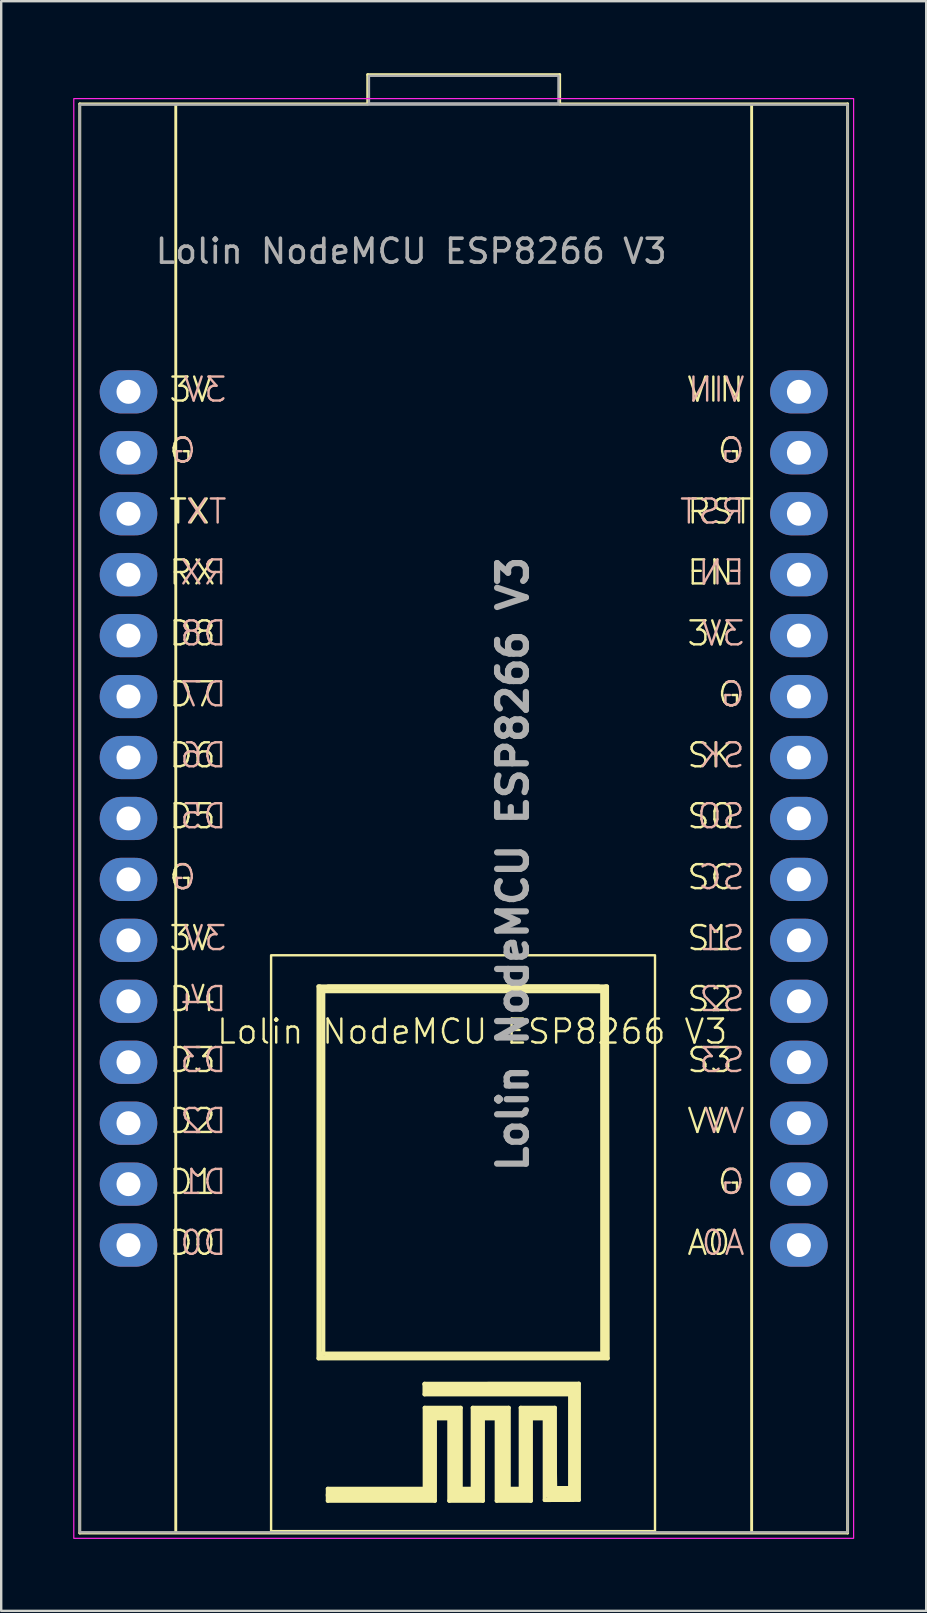
<source format=kicad_pcb>
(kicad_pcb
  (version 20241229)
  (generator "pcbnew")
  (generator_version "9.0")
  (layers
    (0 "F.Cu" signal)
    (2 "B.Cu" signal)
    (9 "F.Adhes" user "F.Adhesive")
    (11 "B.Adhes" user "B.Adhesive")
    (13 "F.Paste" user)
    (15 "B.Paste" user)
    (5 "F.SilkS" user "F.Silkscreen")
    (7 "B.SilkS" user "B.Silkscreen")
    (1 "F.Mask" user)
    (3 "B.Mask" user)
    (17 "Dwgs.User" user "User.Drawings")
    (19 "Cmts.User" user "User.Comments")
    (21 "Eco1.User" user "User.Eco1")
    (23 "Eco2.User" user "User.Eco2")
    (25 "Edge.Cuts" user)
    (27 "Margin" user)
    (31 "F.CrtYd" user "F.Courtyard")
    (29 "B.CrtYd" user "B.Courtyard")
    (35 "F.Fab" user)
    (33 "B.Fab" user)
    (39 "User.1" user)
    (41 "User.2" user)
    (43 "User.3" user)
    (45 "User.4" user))
  (footprint "Lolin NodeMCU ESP8266 V3"
    (layer "F.Cu")
    (at 16.628 40.441)
    (property "Reference" "Lolin NodeMCU ESP8266 V3" (at 0 -0.5 0) (unlocked yes) (layer "F.SilkS") (effects (font (size 1 1) (thickness 0.1))))
    (attr through_hole)
    (fp_line (start -16.353 -39.161) (end -16.353 20.399) (stroke (width 0.12) (type solid)) (layer "F.SilkS"))
    (fp_line (start -16.353 20.399) (end 15.647 20.399) (stroke (width 0.12) (type solid)) (layer "F.SilkS"))
    (fp_line (start -12.353 -39.131) (end -12.353 20.369) (stroke (width 0.12) (type solid)) (layer "F.SilkS"))
    (fp_line (start -6.404 -2.381) (end -6.404 13.119) (stroke (width 0.17) (type solid)) (layer "F.SilkS"))
    (fp_line (start -6.404 -2.381) (end 5.271 -2.381) (stroke (width 0.17) (type solid)) (layer "F.SilkS"))
    (fp_line (start -6.404 13.119) (end 5.647 13.119) (stroke (width 0.17) (type solid)) (layer "F.SilkS"))
    (fp_line (start -6.353 -2.181) (end 5.42 -2.181) (stroke (width 0.17) (type solid)) (layer "F.SilkS"))
    (fp_line (start -6.353 13.019) (end -6.104 13.06) (stroke (width 0.12) (type solid)) (layer "F.SilkS"))
    (fp_line (start -6.346 -2.381) (end -6.353 13.019) (stroke (width 0.17) (type solid)) (layer "F.SilkS"))
    (fp_line (start -6.204 12.919) (end -6.204 -2.181) (stroke (width 0.17) (type solid)) (layer "F.SilkS"))
    (fp_line (start -6.104 13.06) (end 5.547 13.06) (stroke (width 0.17) (type solid)) (layer "F.SilkS"))
    (fp_line (start -6.016 18.555) (end -6.016 19.055) (stroke (width 0.17) (type solid)) (layer "F.SilkS"))
    (fp_line (start -6.016 19.055) (end -1.553 19.055) (stroke (width 0.17) (type solid)) (layer "F.SilkS"))
    (fp_line (start -4.353 -40.381) (end -4.353 -39.161) (stroke (width 0.12) (type solid)) (layer "F.SilkS"))
    (fp_line (start -4.353 -39.161) (end -16.353 -39.161) (stroke (width 0.12) (type solid)) (layer "F.SilkS"))
    (fp_line (start -1.985 14.179) (end -1.985 14.206) (stroke (width 0.17) (type solid)) (layer "F.SilkS"))
    (fp_line (start -1.985 14.206) (end -1.985 14.619) (stroke (width 0.17) (type solid)) (layer "F.SilkS"))
    (fp_line (start -1.985 14.619) (end 4.025 14.619) (stroke (width 0.17) (type solid)) (layer "F.SilkS"))
    (fp_line (start -1.978 15.18) (end -1.978 18.555) (stroke (width 0.17) (type solid)) (layer "F.SilkS"))
    (fp_line (start -1.978 18.555) (end -6.016 18.555) (stroke (width 0.17) (type solid)) (layer "F.SilkS"))
    (fp_line (start -1.753 14.419) (end 4.247 14.419) (stroke (width 0.5) (type solid)) (layer "F.SilkS"))
    (fp_line (start -1.753 15.419) (end -1.753 18.819) (stroke (width 0.5) (type solid)) (layer "F.SilkS"))
    (fp_line (start -1.753 18.819) (end -5.853 18.819) (stroke (width 0.5) (type solid)) (layer "F.SilkS"))
    (fp_line (start -1.553 19.055) (end -1.553 15.68) (stroke (width 0.17) (type solid)) (layer "F.SilkS"))
    (fp_line (start -1.477 15.619) (end -0.978 15.619) (stroke (width 0.17) (type solid)) (layer "F.SilkS"))
    (fp_line (start -0.953 15.68) (end -0.953 19.055) (stroke (width 0.17) (type solid)) (layer "F.SilkS"))
    (fp_line (start -0.953 19.055) (end 0.447 19.055) (stroke (width 0.17) (type solid)) (layer "F.SilkS"))
    (fp_line (start -0.753 15.419) (end -1.753 15.419) (stroke (width 0.5) (type solid)) (layer "F.SilkS"))
    (fp_line (start -0.753 18.819) (end -0.753 15.419) (stroke (width 0.5) (type solid)) (layer "F.SilkS"))
    (fp_line (start -0.477 15.18) (end -1.978 15.18) (stroke (width 0.17) (type solid)) (layer "F.SilkS"))
    (fp_line (start -0.477 18.555) (end -0.477 15.18) (stroke (width 0.17) (type solid)) (layer "F.SilkS"))
    (fp_line (start 0.023 15.18) (end 0.023 18.555) (stroke (width 0.17) (type solid)) (layer "F.SilkS"))
    (fp_line (start 0.023 18.555) (end -0.477 18.555) (stroke (width 0.17) (type solid)) (layer "F.SilkS"))
    (fp_line (start 0.247 15.419) (end 0.247 18.819) (stroke (width 0.5) (type solid)) (layer "F.SilkS"))
    (fp_line (start 0.247 18.819) (end -0.753 18.819) (stroke (width 0.5) (type solid)) (layer "F.SilkS"))
    (fp_line (start 0.447 19.055) (end 0.447 15.68) (stroke (width 0.17) (type solid)) (layer "F.SilkS"))
    (fp_line (start 0.524 15.619) (end 1.023 15.619) (stroke (width 0.17) (type solid)) (layer "F.SilkS"))
    (fp_line (start 1.023 15.68) (end 1.023 19.055) (stroke (width 0.17) (type solid)) (layer "F.SilkS"))
    (fp_line (start 1.023 19.055) (end 2.447 19.055) (stroke (width 0.17) (type solid)) (layer "F.SilkS"))
    (fp_line (start 1.247 15.419) (end 0.247 15.419) (stroke (width 0.5) (type solid)) (layer "F.SilkS"))
    (fp_line (start 1.247 18.819) (end 1.247 15.419) (stroke (width 0.5) (type solid)) (layer "F.SilkS"))
    (fp_line (start 1.524 15.18) (end 0.023 15.18) (stroke (width 0.17) (type solid)) (layer "F.SilkS"))
    (fp_line (start 1.524 18.555) (end 1.524 15.18) (stroke (width 0.17) (type solid)) (layer "F.SilkS"))
    (fp_line (start 2.024 15.18) (end 2.024 18.555) (stroke (width 0.17) (type solid)) (layer "F.SilkS"))
    (fp_line (start 2.024 18.555) (end 1.524 18.555) (stroke (width 0.17) (type solid)) (layer "F.SilkS"))
    (fp_line (start 2.247 15.419) (end 2.247 18.819) (stroke (width 0.5) (type solid)) (layer "F.SilkS"))
    (fp_line (start 2.247 18.819) (end 1.247 18.819) (stroke (width 0.5) (type solid)) (layer "F.SilkS"))
    (fp_line (start 2.447 19.055) (end 2.447 15.68) (stroke (width 0.17) (type solid)) (layer "F.SilkS"))
    (fp_line (start 2.525 15.619) (end 3.024 15.619) (stroke (width 0.17) (type solid)) (layer "F.SilkS"))
    (fp_line (start 3.024 15.68) (end 3.024 19.023) (stroke (width 0.17) (type solid)) (layer "F.SilkS"))
    (fp_line (start 3.024 19.023) (end 4.447 19.019) (stroke (width 0.17) (type solid)) (layer "F.SilkS"))
    (fp_line (start 3.147 15.419) (end 2.247 15.419) (stroke (width 0.5) (type solid)) (layer "F.SilkS"))
    (fp_line (start 3.247 15.519) (end 3.147 15.419) (stroke (width 0.12) (type solid)) (layer "F.SilkS"))
    (fp_line (start 3.297 18.669) (end 3.247 15.419) (stroke (width 0.5) (type solid)) (layer "F.SilkS"))
    (fp_line (start 3.447 15.18) (end 2.024 15.18) (stroke (width 0.17) (type solid)) (layer "F.SilkS"))
    (fp_line (start 3.447 18.523) (end 3.447 15.18) (stroke (width 0.17) (type solid)) (layer "F.SilkS"))
    (fp_line (start 3.647 -40.381) (end -4.353 -40.381) (stroke (width 0.12) (type solid)) (layer "F.SilkS"))
    (fp_line (start 3.647 -39.161) (end 3.647 -40.381) (stroke (width 0.12) (type solid)) (layer "F.SilkS"))
    (fp_line (start 4.025 18.523) (end 3.525 18.523) (stroke (width 0.17) (type solid)) (layer "F.SilkS"))
    (fp_line (start 4.147 14.68) (end 4.147 18.523) (stroke (width 0.17) (type solid)) (layer "F.SilkS"))
    (fp_line (start 4.247 14.419) (end 4.247 18.719) (stroke (width 0.5) (type solid)) (layer "F.SilkS"))
    (fp_line (start 4.247 18.719) (end 3.247 18.719) (stroke (width 0.5) (type solid)) (layer "F.SilkS"))
    (fp_line (start 4.447 14.175) (end -1.985 14.179) (stroke (width 0.17) (type solid)) (layer "F.SilkS"))
    (fp_line (start 4.447 19.019) (end 4.447 14.175) (stroke (width 0.17) (type solid)) (layer "F.SilkS"))
    (fp_line (start 5.42 -2.323) (end -6.353 -2.323) (stroke (width 0.17) (type solid)) (layer "F.SilkS"))
    (fp_line (start 5.42 -2.281) (end 5.42 12.819) (stroke (width 0.17) (type solid)) (layer "F.SilkS"))
    (fp_line (start 5.561 12.919) (end -6.29 12.919) (stroke (width 0.17) (type solid)) (layer "F.SilkS"))
    (fp_line (start 5.561 12.919) (end 5.561 -2.381) (stroke (width 0.17) (type solid)) (layer "F.SilkS"))
    (fp_line (start 5.62 -2.381) (end -6.004 -2.381) (stroke (width 0.17) (type solid)) (layer "F.SilkS"))
    (fp_line (start 5.647 13.119) (end 5.62 -2.381) (stroke (width 0.17) (type solid)) (layer "F.SilkS"))
    (fp_line (start 11.647 -39.131) (end 11.647 20.369) (stroke (width 0.12) (type solid)) (layer "F.SilkS"))
    (fp_line (start 15.647 20.399) (end 15.647 -39.161) (stroke (width 0.12) (type solid)) (layer "F.SilkS"))
    (fp_line (start 15.647 -39.161) (end 3.647 -39.161) (stroke (width 0.12) (type solid)) (layer "F.SilkS"))
    (fp_rect (start -8.38 -3.68) (end 7.62 20.32) (stroke (width 0.1) (type solid)) (fill no) (layer "F.SilkS"))
    (fp_rect (start -16.603 -39.381) (end 15.897 20.619) (stroke (width 0.05) (type solid)) (fill no) (layer "F.CrtYd"))
    (fp_rect (start -16.353 -39.131) (end 15.647 20.369) (stroke (width 0.1) (type solid)) (fill no) (layer "F.Fab"))
    (fp_rect (start -4.303 -40.331) (end 3.597 -39.181) (stroke (width 0.1) (type solid)) (fill no) (layer "F.Fab"))
    (fp_text user "D2" (at -12.7 3.81 0) (unlocked yes) (layer "F.SilkS") (effects (font (size 1 1) (thickness 0.1)) (justify left bottom)))
    (fp_text user "S3" (at 8.89 1.27 0) (unlocked yes) (layer "F.SilkS") (effects (font (size 1 1) (thickness 0.1)) (justify left bottom)))
    (fp_text user "G" (at -12.7 -6.35 0) (unlocked yes) (layer "F.SilkS") (effects (font (size 1 1) (thickness 0.1)) (justify left bottom)))
    (fp_text user "D4" (at -12.7 -1.27 0) (unlocked yes) (layer "F.SilkS") (effects (font (size 1 1) (thickness 0.1)) (justify left bottom)))
    (fp_text user "SK" (at 8.89 -11.43 0) (unlocked yes) (layer "F.SilkS") (effects (font (size 1 1) (thickness 0.1)) (justify left bottom)))
    (fp_text user "SC" (at 8.89 -6.35 0) (unlocked yes) (layer "F.SilkS") (effects (font (size 1 1) (thickness 0.1)) (justify left bottom)))
    (fp_text user "D7" (at -12.7 -13.97 0) (unlocked yes) (layer "F.SilkS") (effects (font (size 1 1) (thickness 0.1)) (justify left bottom)))
    (fp_text user "RX" (at -12.7 -19.05 0) (unlocked yes) (layer "F.SilkS") (effects (font (size 1 1) (thickness 0.1)) (justify left bottom)))
    (fp_text user "A0" (at 8.89 8.89 0) (unlocked yes) (layer "F.SilkS") (effects (font (size 1 1) (thickness 0.1)) (justify left bottom)))
    (fp_text user "S2" (at 8.89 -1.27 0) (unlocked yes) (layer "F.SilkS") (effects (font (size 1 1) (thickness 0.1)) (justify left bottom)))
    (fp_text user "3V" (at -12.7 -26.67 0) (unlocked yes) (layer "F.SilkS") (effects (font (size 1 1) (thickness 0.1)) (justify left bottom)))
    (fp_text user "SO" (at 8.89 -8.89 0) (unlocked yes) (layer "F.SilkS") (effects (font (size 1 1) (thickness 0.1)) (justify left bottom)))
    (fp_text user "S1" (at 8.89 -3.81 0) (unlocked yes) (layer "F.SilkS") (effects (font (size 1 1) (thickness 0.1)) (justify left bottom)))
    (fp_text user "TX" (at -12.7 -21.59 0) (unlocked yes) (layer "F.SilkS") (effects (font (size 1 1) (thickness 0.1)) (justify left bottom)))
    (fp_text user "D8" (at -12.7 -16.51 0) (unlocked yes) (layer "F.SilkS") (effects (font (size 1 1) (thickness 0.1)) (justify left bottom)))
    (fp_text user "D6" (at -12.7 -11.43 0) (unlocked yes) (layer "F.SilkS") (effects (font (size 1 1) (thickness 0.1)) (justify left bottom)))
    (fp_text user "D1" (at -12.7 6.35 0) (unlocked yes) (layer "F.SilkS") (effects (font (size 1 1) (thickness 0.1)) (justify left bottom)))
    (fp_text user "D3" (at -12.7 1.27 0) (unlocked yes) (layer "F.SilkS") (effects (font (size 1 1) (thickness 0.1)) (justify left bottom)))
    (fp_text user "D0" (at -12.7 8.89 0) (unlocked yes) (layer "F.SilkS") (effects (font (size 1 1) (thickness 0.1)) (justify left bottom)))
    (fp_text user "VV" (at 8.89 3.81 0) (unlocked yes) (layer "F.SilkS") (effects (font (size 1 1) (thickness 0.1)) (justify left bottom)))
    (fp_text user "D5" (at -12.7 -8.89 0) (unlocked yes) (layer "F.SilkS") (effects (font (size 1 1) (thickness 0.1)) (justify left bottom)))
    (fp_text user "G" (at 10.16 -24.13 0) (unlocked yes) (layer "F.SilkS") (effects (font (size 1 1) (thickness 0.1)) (justify left bottom)))
    (fp_text user "G" (at 10.16 -13.97 0) (unlocked yes) (layer "F.SilkS") (effects (font (size 1 1) (thickness 0.1)) (justify left bottom)))
    (fp_text user "G" (at -12.7 -24.13 0) (unlocked yes) (layer "F.SilkS") (effects (font (size 1 1) (thickness 0.1)) (justify left bottom)))
    (fp_text user "G" (at 10.16 6.35 0) (unlocked yes) (layer "F.SilkS") (effects (font (size 1 1) (thickness 0.1)) (justify left bottom)))
    (fp_text user "EN" (at 8.89 -19.05 0) (unlocked yes) (layer "F.SilkS") (effects (font (size 1 1) (thickness 0.1)) (justify left bottom)))
    (fp_text user "3V" (at -12.7 -3.81 0) (unlocked yes) (layer "F.SilkS") (effects (font (size 1 1) (thickness 0.1)) (justify left bottom)))
    (fp_text user "VIN" (at 8.89 -26.67 0) (unlocked yes) (layer "F.SilkS") (effects (font (size 1 1) (thickness 0.1)) (justify left bottom)))
    (fp_text user "3V" (at 8.89 -16.51 0) (unlocked yes) (layer "F.SilkS") (effects (font (size 1 1) (thickness 0.1)) (justify left bottom)))
    (fp_text user "RST" (at 8.89 -21.59 0) (unlocked yes) (layer "F.SilkS") (effects (font (size 1 1) (thickness 0.1)) (justify left bottom)))
    (fp_text user "RX" (at -10.16 -19.05 0) (unlocked yes) (layer "B.SilkS") (effects (font (size 1 1) (thickness 0.1)) (justify left bottom mirror)))
    (fp_text user "RST" (at 11.43 -21.59 0) (unlocked yes) (layer "B.SilkS") (effects (font (size 1 1) (thickness 0.1)) (justify left bottom mirror)))
    (fp_text user "D2" (at -10.16 3.81 0) (unlocked yes) (layer "B.SilkS") (effects (font (size 1 1) (thickness 0.1)) (justify left bottom mirror)))
    (fp_text user "TX" (at -10.16 -21.59 0) (unlocked yes) (layer "B.SilkS") (effects (font (size 1 1) (thickness 0.1)) (justify left bottom mirror)))
    (fp_text user "3V" (at -10.16 -3.81 0) (unlocked yes) (layer "B.SilkS") (effects (font (size 1 1) (thickness 0.1)) (justify left bottom mirror)))
    (fp_text user "S3" (at 11.43 1.27 0) (unlocked yes) (layer "B.SilkS") (effects (font (size 1 1) (thickness 0.1)) (justify left bottom mirror)))
    (fp_text user "D7" (at -10.16 -13.97 0) (unlocked yes) (layer "B.SilkS") (effects (font (size 1 1) (thickness 0.1)) (justify left bottom mirror)))
    (fp_text user "G" (at 11.43 6.35 0) (unlocked yes) (layer "B.SilkS") (effects (font (size 1 1) (thickness 0.1)) (justify left bottom mirror)))
    (fp_text user "VIN" (at 11.43 -26.67 0) (unlocked yes) (layer "B.SilkS") (effects (font (size 1 1) (thickness 0.1)) (justify left bottom mirror)))
    (fp_text user "D0" (at -10.16 8.89 0) (unlocked yes) (layer "B.SilkS") (effects (font (size 1 1) (thickness 0.1)) (justify left bottom mirror)))
    (fp_text user "G" (at -11.43 -6.35 0) (unlocked yes) (layer "B.SilkS") (effects (font (size 1 1) (thickness 0.1)) (justify left bottom mirror)))
    (fp_text user "S2" (at 11.43 -1.27 0) (unlocked yes) (layer "B.SilkS") (effects (font (size 1 1) (thickness 0.1)) (justify left bottom mirror)))
    (fp_text user "SO" (at 11.43 -8.89 0) (unlocked yes) (layer "B.SilkS") (effects (font (size 1 1) (thickness 0.1)) (justify left bottom mirror)))
    (fp_text user "D8" (at -10.16 -16.51 0) (unlocked yes) (layer "B.SilkS") (effects (font (size 1 1) (thickness 0.1)) (justify left bottom mirror)))
    (fp_text user "D3" (at -10.16 1.27 0) (unlocked yes) (layer "B.SilkS") (effects (font (size 1 1) (thickness 0.1)) (justify left bottom mirror)))
    (fp_text user "D5" (at -10.16 -8.89 0) (unlocked yes) (layer "B.SilkS") (effects (font (size 1 1) (thickness 0.1)) (justify left bottom mirror)))
    (fp_text user "SC" (at 11.43 -6.35 0) (unlocked yes) (layer "B.SilkS") (effects (font (size 1 1) (thickness 0.1)) (justify left bottom mirror)))
    (fp_text user "A0" (at 11.43 8.89 0) (unlocked yes) (layer "B.SilkS") (effects (font (size 1 1) (thickness 0.1)) (justify left bottom mirror)))
    (fp_text user "G" (at 11.43 -13.97 0) (unlocked yes) (layer "B.SilkS") (effects (font (size 1 1) (thickness 0.1)) (justify left bottom mirror)))
    (fp_text user "SK" (at 11.43 -11.43 0) (unlocked yes) (layer "B.SilkS") (effects (font (size 1 1) (thickness 0.1)) (justify left bottom mirror)))
    (fp_text user "VV" (at 11.43 3.81 0) (unlocked yes) (layer "B.SilkS") (effects (font (size 1 1) (thickness 0.1)) (justify left bottom mirror)))
    (fp_text user "G" (at -11.43 -24.13 0) (unlocked yes) (layer "B.SilkS") (effects (font (size 1 1) (thickness 0.1)) (justify left bottom mirror)))
    (fp_text user "3V" (at 11.43 -16.51 0) (unlocked yes) (layer "B.SilkS") (effects (font (size 1 1) (thickness 0.1)) (justify left bottom mirror)))
    (fp_text user "S1" (at 11.43 -3.81 0) (unlocked yes) (layer "B.SilkS") (effects (font (size 1 1) (thickness 0.1)) (justify left bottom mirror)))
    (fp_text user "G" (at 11.43 -24.13 0) (unlocked yes) (layer "B.SilkS") (effects (font (size 1 1) (thickness 0.1)) (justify left bottom mirror)))
    (fp_text user "3V" (at -10.16 -26.67 0) (unlocked yes) (layer "B.SilkS") (effects (font (size 1 1) (thickness 0.1)) (justify left bottom mirror)))
    (fp_text user "D1" (at -10.16 6.35 0) (unlocked yes) (layer "B.SilkS") (effects (font (size 1 1) (thickness 0.1)) (justify left bottom mirror)))
    (fp_text user "D6" (at -10.16 -11.43 0) (unlocked yes) (layer "B.SilkS") (effects (font (size 1 1) (thickness 0.1)) (justify left bottom mirror)))
    (fp_text user "EN" (at 11.43 -19.05 0) (unlocked yes) (layer "B.SilkS") (effects (font (size 1 1) (thickness 0.1)) (justify left bottom mirror)))
    (fp_text user "D4" (at -10.16 -1.27 0) (unlocked yes) (layer "B.SilkS") (effects (font (size 1 1) (thickness 0.1)) (justify left bottom mirror)))
    (fp_text user "Lolin NodeMCU ESP8266 V3" (at 1.697 -7.481 90) (unlocked yes) (layer "F.Fab") (effects (font (size 1.2 1.2) (thickness 0.26))))
    (fp_text user "${REFERENCE}" (at -2.54 -33.02 0) (unlocked yes) (layer "F.Fab") (effects (font (size 1 1) (thickness 0.15))))
    (pad "1" thru_hole oval (at -14.323 -27.161 270) (size 1.8 2.4) (drill 1) (layers "*.Cu" "*.Mask"))
    (pad "2" thru_hole oval (at -14.323 -24.621 270) (size 1.8 2.4) (drill 1) (layers "*.Cu" "*.Mask"))
    (pad "3" thru_hole oval (at -14.323 -22.081 270) (size 1.8 2.4) (drill 1) (layers "*.Cu" "*.Mask"))
    (pad "4" thru_hole oval (at -14.323 -19.541 270) (size 1.8 2.4) (drill 1) (layers "*.Cu" "*.Mask"))
    (pad "5" thru_hole oval (at -14.323 -17.001 270) (size 1.8 2.4) (drill 1) (layers "*.Cu" "*.Mask"))
    (pad "6" thru_hole oval (at -14.323 -14.461 270) (size 1.8 2.4) (drill 1) (layers "*.Cu" "*.Mask"))
    (pad "7" thru_hole oval (at -14.323 -11.921 270) (size 1.8 2.4) (drill 1) (layers "*.Cu" "*.Mask"))
    (pad "8" thru_hole oval (at -14.323 -9.381 270) (size 1.8 2.4) (drill 1) (layers "*.Cu" "*.Mask"))
    (pad "9" thru_hole oval (at -14.323 -6.841 270) (size 1.8 2.4) (drill 1) (layers "*.Cu" "*.Mask"))
    (pad "10" thru_hole oval (at -14.323 -4.301 270) (size 1.8 2.4) (drill 1) (layers "*.Cu" "*.Mask"))
    (pad "11" thru_hole oval (at -14.323 -1.761 270) (size 1.8 2.4) (drill 1) (layers "*.Cu" "*.Mask"))
    (pad "12" thru_hole oval (at -14.323 0.779 270) (size 1.8 2.4) (drill 1) (layers "*.Cu" "*.Mask"))
    (pad "13" thru_hole oval (at -14.323 3.319 270) (size 1.8 2.4) (drill 1) (layers "*.Cu" "*.Mask"))
    (pad "14" thru_hole oval (at -14.323 5.859 270) (size 1.8 2.4) (drill 1) (layers "*.Cu" "*.Mask"))
    (pad "15" thru_hole oval (at -14.323 8.399 270) (size 1.8 2.4) (drill 1) (layers "*.Cu" "*.Mask"))
    (pad "16" thru_hole oval (at 13.617 8.399 270) (size 1.8 2.4) (drill 1) (layers "*.Cu" "*.Mask"))
    (pad "17" thru_hole oval (at 13.617 5.859 270) (size 1.8 2.4) (drill 1) (layers "*.Cu" "*.Mask"))
    (pad "18" thru_hole oval (at 13.617 3.319 270) (size 1.8 2.4) (drill 1) (layers "*.Cu" "*.Mask"))
    (pad "19" thru_hole oval (at 13.617 0.779 270) (size 1.8 2.4) (drill 1) (layers "*.Cu" "*.Mask"))
    (pad "20" thru_hole oval (at 13.617 -1.761 270) (size 1.8 2.4) (drill 1) (layers "*.Cu" "*.Mask"))
    (pad "21" thru_hole oval (at 13.617 -4.301 270) (size 1.8 2.4) (drill 1) (layers "*.Cu" "*.Mask"))
    (pad "22" thru_hole oval (at 13.617 -6.841 270) (size 1.8 2.4) (drill 1) (layers "*.Cu" "*.Mask"))
    (pad "23" thru_hole oval (at 13.617 -9.381 270) (size 1.8 2.4) (drill 1) (layers "*.Cu" "*.Mask"))
    (pad "24" thru_hole oval (at 13.617 -11.921 270) (size 1.8 2.4) (drill 1) (layers "*.Cu" "*.Mask"))
    (pad "25" thru_hole oval (at 13.617 -14.461 270) (size 1.8 2.4) (drill 1) (layers "*.Cu" "*.Mask"))
    (pad "26" thru_hole oval (at 13.617 -17.001 270) (size 1.8 2.4) (drill 1) (layers "*.Cu" "*.Mask"))
    (pad "27" thru_hole oval (at 13.617 -19.541 270) (size 1.8 2.4) (drill 1) (layers "*.Cu" "*.Mask"))
    (pad "28" thru_hole oval (at 13.617 -22.081 270) (size 1.8 2.4) (drill 1) (layers "*.Cu" "*.Mask"))
    (pad "29" thru_hole oval (at 13.617 -24.621 270) (size 1.8 2.4) (drill 1) (layers "*.Cu" "*.Mask"))
    (pad "30" thru_hole oval (at 13.617 -27.161 270) (size 1.8 2.4) (drill 1) (layers "*.Cu" "*.Mask")))
  (gr_rect
    (start -3 -3)
    (end 35.55 64.085)
    (stroke (width 0.1) (type default))
    (fill no)
    (layer "Edge.Cuts")))
</source>
